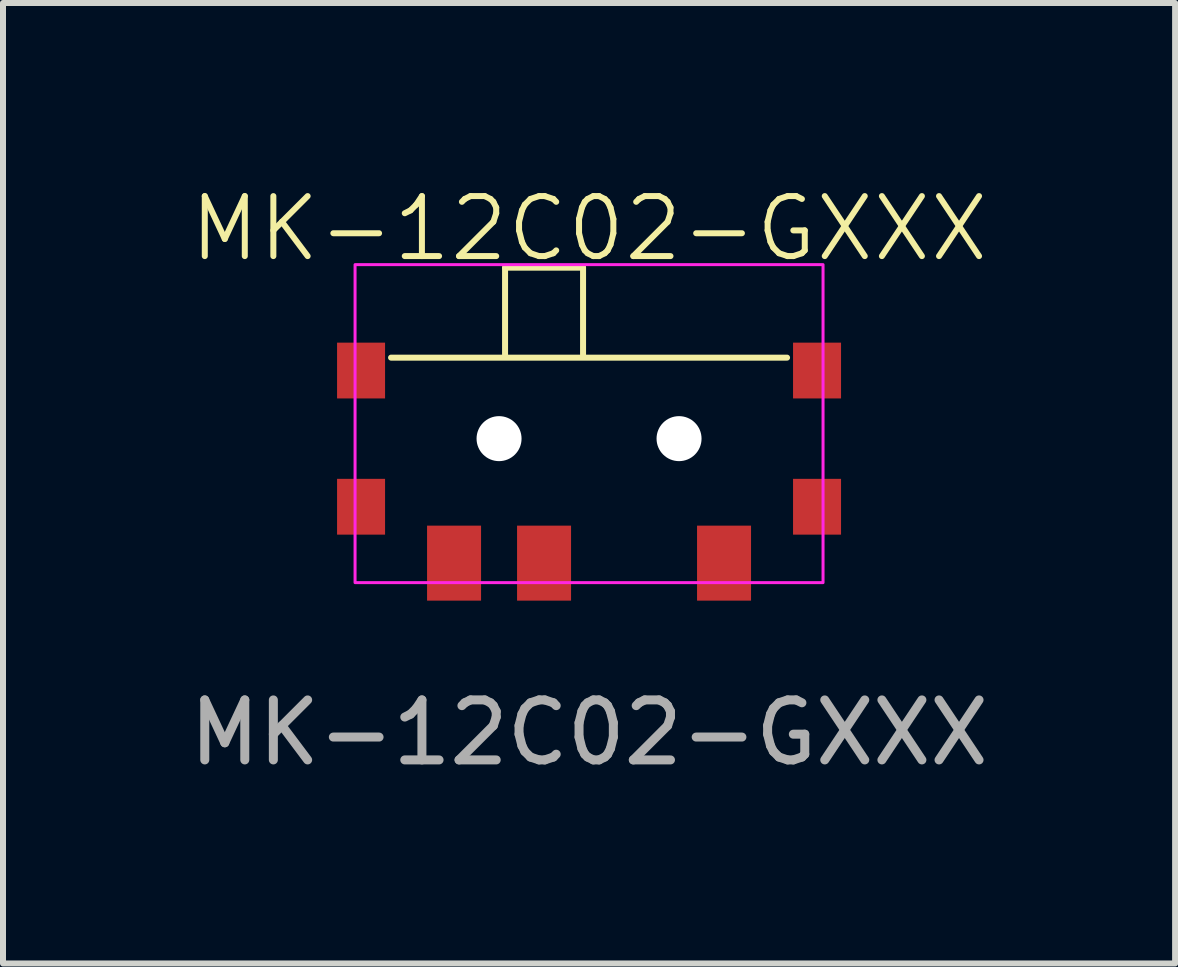
<source format=kicad_pcb>
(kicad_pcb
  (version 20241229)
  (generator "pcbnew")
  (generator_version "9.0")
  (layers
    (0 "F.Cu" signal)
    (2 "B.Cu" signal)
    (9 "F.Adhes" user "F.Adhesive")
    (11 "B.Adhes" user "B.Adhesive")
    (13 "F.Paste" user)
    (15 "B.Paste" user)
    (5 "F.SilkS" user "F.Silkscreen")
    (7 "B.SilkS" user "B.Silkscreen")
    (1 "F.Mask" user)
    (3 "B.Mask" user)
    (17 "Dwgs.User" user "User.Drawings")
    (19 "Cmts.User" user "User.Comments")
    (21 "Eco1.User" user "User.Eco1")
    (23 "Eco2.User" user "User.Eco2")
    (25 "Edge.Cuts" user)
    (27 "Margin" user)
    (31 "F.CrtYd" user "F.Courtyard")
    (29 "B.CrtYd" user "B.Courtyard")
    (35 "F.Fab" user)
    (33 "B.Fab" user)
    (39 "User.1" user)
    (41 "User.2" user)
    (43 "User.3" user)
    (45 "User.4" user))
  (footprint "MK-12C02-GXXX"
    (layer "F.Cu")
    (at 6.768 4.261)
    (property "Reference" "MK-12C02-GXXX" (at 0 -3.5 0) (unlocked yes) (layer "F.SilkS") (effects (font (size 1 1) (thickness 0.1))))
    (attr smd)
    (fp_line (start -3.3 -1.35) (end 3.3 -1.35) (stroke (width 0.1) (type default)) (layer "F.SilkS"))
    (fp_line (start -1.4 -2.85) (end -1.4 -1.4) (stroke (width 0.1) (type default)) (layer "F.SilkS"))
    (fp_line (start -1.4 -2.85) (end -0.1 -2.85) (stroke (width 0.1) (type default)) (layer "F.SilkS"))
    (fp_line (start -0.1 -2.85) (end -0.1 -1.4) (stroke (width 0.1) (type default)) (layer "F.SilkS"))
    (fp_rect (start -3.9 -2.9) (end 3.9 2.4) (stroke (width 0.05) (type default)) (fill no) (layer "F.CrtYd"))
    (fp_text user "${REFERENCE}" (at 0 4.9 0) (unlocked yes) (layer "F.Fab") (effects (font (size 1 1) (thickness 0.15))))
    (pad "" np_thru_hole circle (at -1.5 0) (size 0.75 0.75) (drill 0.75) (layers "*.Mask" "F.Cu"))
    (pad "" np_thru_hole circle (at 1.5 0) (size 0.75 0.75) (drill 0.75) (layers "*.Mask" "F.Cu"))
    (pad "1" smd rect (at -2.25 2.075) (size 0.9 1.25) (layers "F.Cu" "F.Mask" "F.Paste"))
    (pad "2" smd rect (at -0.75 2.075) (size 0.9 1.25) (layers "F.Cu" "F.Mask" "F.Paste"))
    (pad "3" smd rect (at 2.25 2.075) (size 0.9 1.25) (layers "F.Cu" "F.Mask" "F.Paste"))
    (pad "MP0" smd rect (at -3.8 1.135) (size 0.8 0.93) (layers "F.Cu" "F.Mask" "F.Paste"))
    (pad "MP1" smd rect (at -3.8 -1.135) (size 0.8 0.93) (layers "F.Cu" "F.Mask" "F.Paste"))
    (pad "MP2" smd rect (at 3.8 1.135) (size 0.8 0.93) (layers "F.Cu" "F.Mask" "F.Paste"))
    (pad "MP3" smd rect (at 3.8 -1.135) (size 0.8 0.93) (layers "F.Cu" "F.Mask" "F.Paste")))
  (gr_rect
    (start -3 -3)
    (end 16.536 13.009)
    (stroke (width 0.1) (type default))
    (fill no)
    (layer "Edge.Cuts")))
</source>
